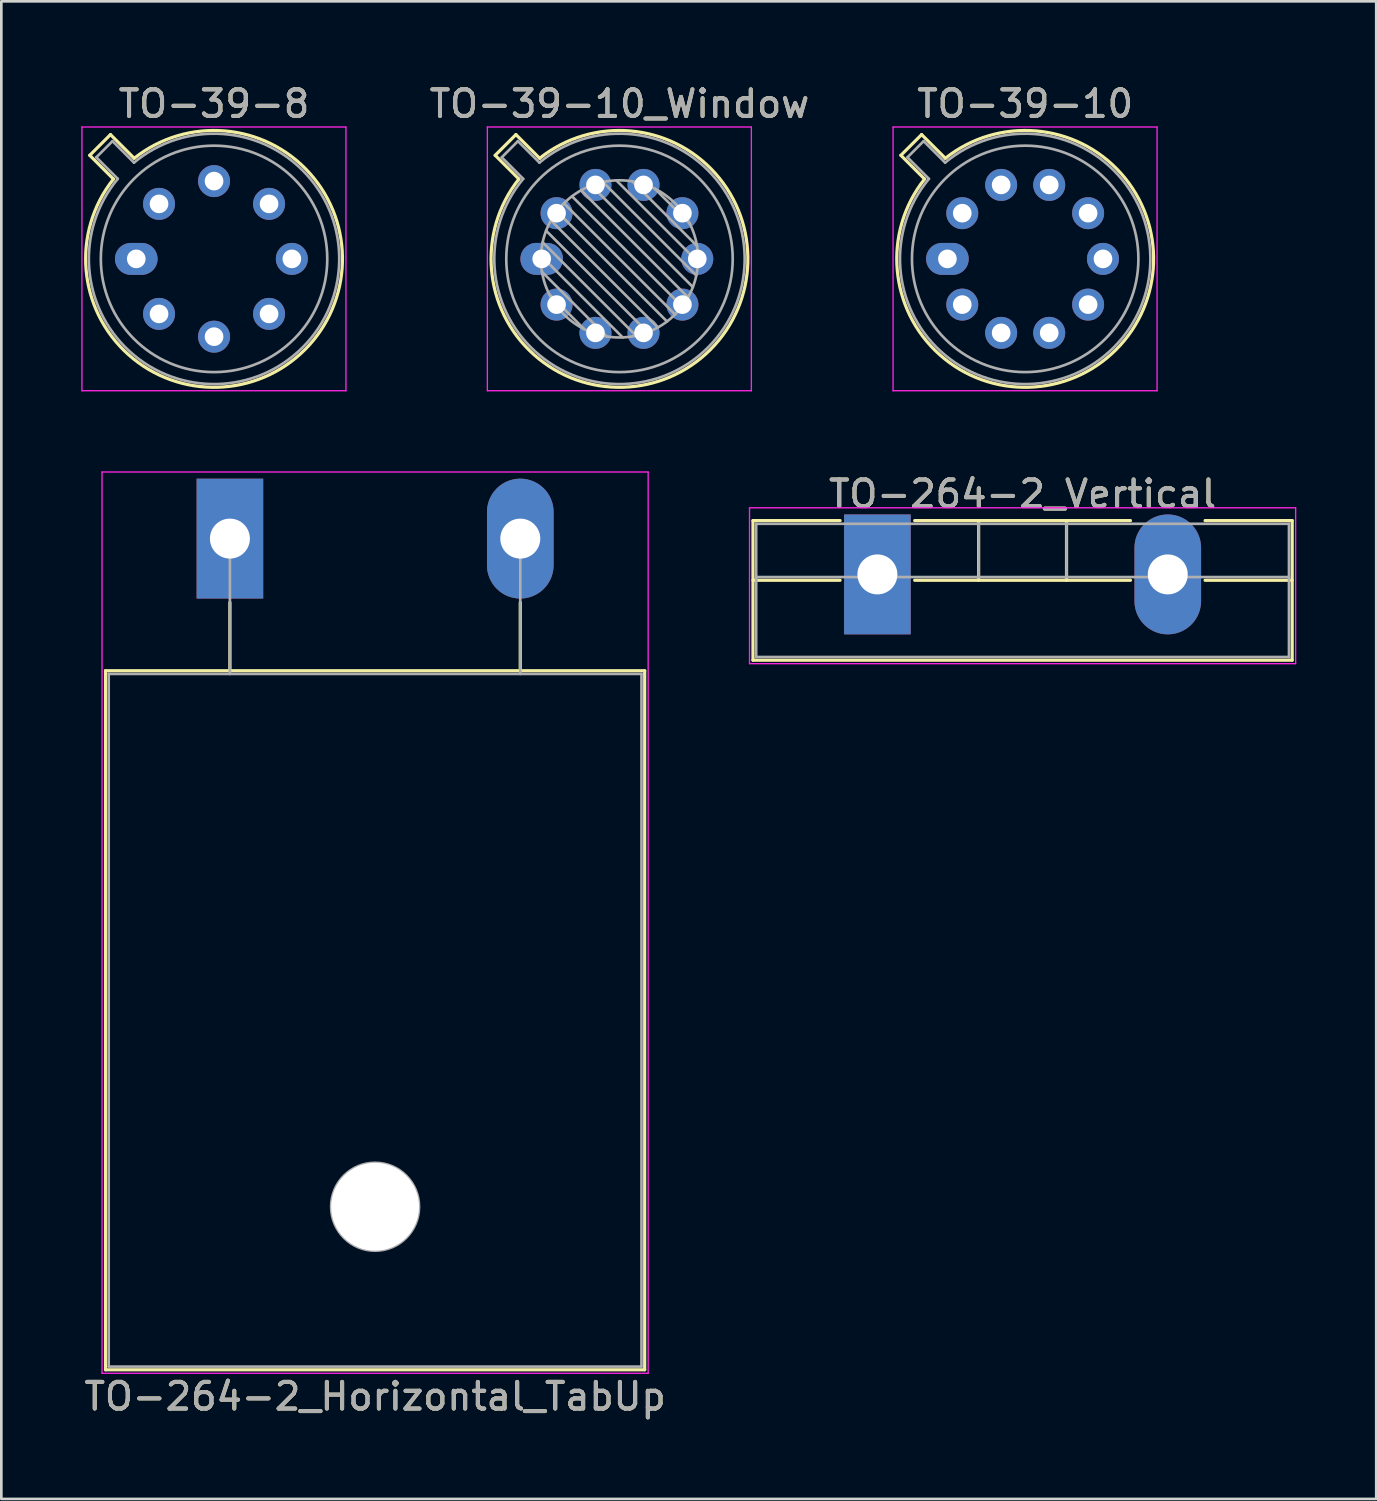
<source format=kicad_pcb>
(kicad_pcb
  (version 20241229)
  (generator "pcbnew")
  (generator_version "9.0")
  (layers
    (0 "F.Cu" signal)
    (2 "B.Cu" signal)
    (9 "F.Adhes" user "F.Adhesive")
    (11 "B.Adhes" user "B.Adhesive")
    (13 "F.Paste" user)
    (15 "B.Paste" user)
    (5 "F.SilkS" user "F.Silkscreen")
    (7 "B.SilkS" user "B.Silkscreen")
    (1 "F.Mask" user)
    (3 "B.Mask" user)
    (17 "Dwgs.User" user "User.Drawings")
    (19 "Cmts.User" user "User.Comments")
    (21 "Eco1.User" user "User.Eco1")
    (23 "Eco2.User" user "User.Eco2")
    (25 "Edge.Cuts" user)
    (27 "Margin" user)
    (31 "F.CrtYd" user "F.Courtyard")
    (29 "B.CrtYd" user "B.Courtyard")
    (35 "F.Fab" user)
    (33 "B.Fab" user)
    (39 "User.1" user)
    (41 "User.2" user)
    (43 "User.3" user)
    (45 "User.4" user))
  (footprint "TO-264-2_Horizontal_TabUp"
    (layer "F.Cu")
    (at 5.58 17.168)
    (property "Reference" "TO-264-2_Horizontal_TabUp" (at 5.45 32.2 0) (layer "F.SilkS") (effects (font (size 1 1) (thickness 0.15))))
    (attr through_hole)
    (fp_line (start -4.67 4.96) (end -4.67 31.2) (stroke (width 0.12) (type solid)) (layer "F.SilkS"))
    (fp_line (start -4.67 4.96) (end 15.57 4.96) (stroke (width 0.12) (type solid)) (layer "F.SilkS"))
    (fp_line (start -4.67 31.2) (end 15.57 31.2) (stroke (width 0.12) (type solid)) (layer "F.SilkS"))
    (fp_line (start 0 2.4) (end 0 4.96) (stroke (width 0.12) (type solid)) (layer "F.SilkS"))
    (fp_line (start 10.9 2.4) (end 10.9 4.96) (stroke (width 0.12) (type solid)) (layer "F.SilkS"))
    (fp_line (start 15.57 4.96) (end 15.57 31.2) (stroke (width 0.12) (type solid)) (layer "F.SilkS"))
    (fp_line (start -4.8 -2.5) (end -4.8 31.33) (stroke (width 0.05) (type solid)) (layer "F.CrtYd"))
    (fp_line (start -4.8 31.33) (end 15.7 31.33) (stroke (width 0.05) (type solid)) (layer "F.CrtYd"))
    (fp_line (start 15.7 -2.5) (end -4.8 -2.5) (stroke (width 0.05) (type solid)) (layer "F.CrtYd"))
    (fp_line (start 15.7 31.33) (end 15.7 -2.5) (stroke (width 0.05) (type solid)) (layer "F.CrtYd"))
    (fp_line (start -4.55 5.08) (end -4.55 31.08) (stroke (width 0.1) (type solid)) (layer "F.Fab"))
    (fp_line (start -4.55 31.08) (end 15.45 31.08) (stroke (width 0.1) (type solid)) (layer "F.Fab"))
    (fp_line (start 0 5.08) (end 0 0) (stroke (width 0.1) (type solid)) (layer "F.Fab"))
    (fp_line (start 10.9 5.08) (end 10.9 0) (stroke (width 0.1) (type solid)) (layer "F.Fab"))
    (fp_line (start 15.45 5.08) (end -4.55 5.08) (stroke (width 0.1) (type solid)) (layer "F.Fab"))
    (fp_line (start 15.45 31.08) (end 15.45 5.08) (stroke (width 0.1) (type solid)) (layer "F.Fab"))
    (fp_circle (center 5.45 25.08) (end 7.1 25.08) (stroke (width 0.1) (type solid)) (fill no) (layer "F.Fab"))
    (fp_text user "${REFERENCE}" (at 5.45 32.2 0) (layer "F.Fab") (effects (font (size 1 1) (thickness 0.15))))
    (pad "" np_thru_hole oval (at 5.45 25.08) (size 3.3 3.3) (drill 3.3) (layers "*.Cu" "*.Mask"))
    (pad "1" thru_hole rect (at 0 0) (size 2.5 4.5) (drill 1.5) (layers "*.Cu" "*.Mask"))
    (pad "2" thru_hole oval (at 10.9 0) (size 2.5 4.5) (drill 1.5) (layers "*.Cu" "*.Mask")))
  (footprint "TO-39-8"
    (layer "F.Cu")
    (at 2.065 6.668)
    (property "Reference" "TO-39-8" (at 2.92 -5.82 0) (layer "F.SilkS") (effects (font (size 1 1) (thickness 0.15))))
    (attr through_hole)
    (fp_line (start -1.746 -3.888) (end -0.855 -2.997) (stroke (width 0.12) (type solid)) (layer "F.SilkS"))
    (fp_line (start -0.968 -4.666) (end -1.746 -3.888) (stroke (width 0.12) (type solid)) (layer "F.SilkS"))
    (fp_line (start -0.077 -3.775) (end -0.968 -4.666) (stroke (width 0.12) (type solid)) (layer "F.SilkS"))
    (fp_arc (start -0.077084 -3.774902) (mid 6.328125 3.408384) (end -0.854674 -2.997371) (stroke (width 0.12) (type solid)) (layer "F.SilkS"))
    (fp_line (start -2.04 -4.95) (end -2.04 4.95) (stroke (width 0.05) (type solid)) (layer "F.CrtYd"))
    (fp_line (start -2.04 4.95) (end 7.87 4.95) (stroke (width 0.05) (type solid)) (layer "F.CrtYd"))
    (fp_line (start 7.87 -4.95) (end -2.04 -4.95) (stroke (width 0.05) (type solid)) (layer "F.CrtYd"))
    (fp_line (start 7.87 4.95) (end 7.87 -4.95) (stroke (width 0.05) (type solid)) (layer "F.CrtYd"))
    (fp_line (start -1.5 -3.812) (end -0.694 -3.005) (stroke (width 0.1) (type solid)) (layer "F.Fab"))
    (fp_line (start -0.892 -4.42) (end -1.5 -3.812) (stroke (width 0.1) (type solid)) (layer "F.Fab"))
    (fp_line (start -0.085 -3.614) (end -0.892 -4.42) (stroke (width 0.1) (type solid)) (layer "F.Fab"))
    (fp_arc (start -0.085408 -3.61352) (mid 6.243443 3.323361) (end -0.693594 -3.005319) (stroke (width 0.1) (type solid)) (layer "F.Fab"))
    (fp_circle (center 2.92 0) (end 7.17 0) (stroke (width 0.1) (type solid)) (fill no) (layer "F.Fab"))
    (fp_text user "${REFERENCE}" (at 2.92 -5.82 0) (layer "F.Fab") (effects (font (size 1 1) (thickness 0.15))))
    (pad "1" thru_hole oval (at 0 0) (size 1.6 1.2) (drill 0.7) (layers "*.Cu" "*.Mask"))
    (pad "2" thru_hole oval (at 0.855 2.065) (size 1.2 1.2) (drill 0.7) (layers "*.Cu" "*.Mask"))
    (pad "3" thru_hole oval (at 2.92 2.92) (size 1.2 1.2) (drill 0.7) (layers "*.Cu" "*.Mask"))
    (pad "4" thru_hole oval (at 4.985 2.065) (size 1.2 1.2) (drill 0.7) (layers "*.Cu" "*.Mask"))
    (pad "5" thru_hole oval (at 5.84 0) (size 1.2 1.2) (drill 0.7) (layers "*.Cu" "*.Mask"))
    (pad "6" thru_hole oval (at 4.985 -2.065) (size 1.2 1.2) (drill 0.7) (layers "*.Cu" "*.Mask"))
    (pad "7" thru_hole oval (at 2.92 -2.92) (size 1.2 1.2) (drill 0.7) (layers "*.Cu" "*.Mask"))
    (pad "8" thru_hole oval (at 0.855 -2.065) (size 1.2 1.2) (drill 0.7) (layers "*.Cu" "*.Mask")))
  (footprint "TO-39-10_Window"
    (layer "F.Cu")
    (at 17.284 6.668)
    (property "Reference" "TO-39-10_Window" (at 2.92 -5.82 0) (layer "F.SilkS") (effects (font (size 1 1) (thickness 0.15))))
    (attr through_hole)
    (fp_line (start -1.746 -3.888) (end -0.855 -2.997) (stroke (width 0.12) (type solid)) (layer "F.SilkS"))
    (fp_line (start -0.968 -4.666) (end -1.746 -3.888) (stroke (width 0.12) (type solid)) (layer "F.SilkS"))
    (fp_line (start -0.077 -3.775) (end -0.968 -4.666) (stroke (width 0.12) (type solid)) (layer "F.SilkS"))
    (fp_arc (start -0.077084 -3.774902) (mid 6.328125 3.408384) (end -0.854674 -2.997371) (stroke (width 0.12) (type solid)) (layer "F.SilkS"))
    (fp_line (start -2.04 -4.95) (end -2.04 4.95) (stroke (width 0.05) (type solid)) (layer "F.CrtYd"))
    (fp_line (start -2.04 4.95) (end 7.87 4.95) (stroke (width 0.05) (type solid)) (layer "F.CrtYd"))
    (fp_line (start 7.87 -4.95) (end -2.04 -4.95) (stroke (width 0.05) (type solid)) (layer "F.CrtYd"))
    (fp_line (start 7.87 4.95) (end 7.87 -4.95) (stroke (width 0.05) (type solid)) (layer "F.CrtYd"))
    (fp_line (start -1.5 -3.812) (end -0.694 -3.005) (stroke (width 0.1) (type solid)) (layer "F.Fab"))
    (fp_line (start -0.892 -4.42) (end -1.5 -3.812) (stroke (width 0.1) (type solid)) (layer "F.Fab"))
    (fp_line (start -0.085 -3.614) (end -0.892 -4.42) (stroke (width 0.1) (type solid)) (layer "F.Fab"))
    (fp_line (start -0.028 -0.12) (end 3.04 2.948) (stroke (width 0.1) (type solid)) (layer "F.Fab"))
    (fp_line (start 0.009 0.485) (end 2.435 2.911) (stroke (width 0.1) (type solid)) (layer "F.Fab"))
    (fp_line (start 0.036 -0.622) (end 3.542 2.884) (stroke (width 0.1) (type solid)) (layer "F.Fab"))
    (fp_line (start 0.165 -1.058) (end 3.978 2.755) (stroke (width 0.1) (type solid)) (layer "F.Fab"))
    (fp_line (start 0.283 1.324) (end 1.596 2.637) (stroke (width 0.1) (type solid)) (layer "F.Fab"))
    (fp_line (start 0.346 -1.443) (end 4.363 2.574) (stroke (width 0.1) (type solid)) (layer "F.Fab"))
    (fp_line (start 0.57 -1.784) (end 4.704 2.35) (stroke (width 0.1) (type solid)) (layer "F.Fab"))
    (fp_line (start 0.834 -2.086) (end 5.006 2.086) (stroke (width 0.1) (type solid)) (layer "F.Fab"))
    (fp_line (start 1.136 -2.35) (end 5.27 1.784) (stroke (width 0.1) (type solid)) (layer "F.Fab"))
    (fp_line (start 1.477 -2.574) (end 5.494 1.443) (stroke (width 0.1) (type solid)) (layer "F.Fab"))
    (fp_line (start 1.862 -2.755) (end 5.675 1.058) (stroke (width 0.1) (type solid)) (layer "F.Fab"))
    (fp_line (start 2.298 -2.884) (end 5.804 0.622) (stroke (width 0.1) (type solid)) (layer "F.Fab"))
    (fp_line (start 2.8 -2.948) (end 5.868 0.12) (stroke (width 0.1) (type solid)) (layer "F.Fab"))
    (fp_line (start 3.405 -2.911) (end 5.831 -0.485) (stroke (width 0.1) (type solid)) (layer "F.Fab"))
    (fp_line (start 4.244 -2.637) (end 5.557 -1.324) (stroke (width 0.1) (type solid)) (layer "F.Fab"))
    (fp_arc (start -0.085408 -3.61352) (mid 6.243443 3.323361) (end -0.693594 -3.005319) (stroke (width 0.1) (type solid)) (layer "F.Fab"))
    (fp_circle (center 2.92 0) (end 5.87 0) (stroke (width 0.1) (type solid)) (fill no) (layer "F.Fab"))
    (fp_circle (center 2.92 0) (end 7.17 0) (stroke (width 0.1) (type solid)) (fill no) (layer "F.Fab"))
    (fp_text user "${REFERENCE}" (at 2.92 -5.82 0) (layer "F.Fab") (effects (font (size 1 1) (thickness 0.15))))
    (pad "1" thru_hole oval (at 0 0) (size 1.6 1.2) (drill 0.7) (layers "*.Cu" "*.Mask"))
    (pad "2" thru_hole oval (at 0.558 1.716) (size 1.2 1.2) (drill 0.7) (layers "*.Cu" "*.Mask"))
    (pad "3" thru_hole oval (at 2.018 2.777) (size 1.2 1.2) (drill 0.7) (layers "*.Cu" "*.Mask"))
    (pad "4" thru_hole oval (at 3.822 2.777) (size 1.2 1.2) (drill 0.7) (layers "*.Cu" "*.Mask"))
    (pad "5" thru_hole oval (at 5.282 1.716) (size 1.2 1.2) (drill 0.7) (layers "*.Cu" "*.Mask"))
    (pad "6" thru_hole oval (at 5.84 0) (size 1.2 1.2) (drill 0.7) (layers "*.Cu" "*.Mask"))
    (pad "7" thru_hole oval (at 5.282 -1.716) (size 1.2 1.2) (drill 0.7) (layers "*.Cu" "*.Mask"))
    (pad "8" thru_hole oval (at 3.822 -2.777) (size 1.2 1.2) (drill 0.7) (layers "*.Cu" "*.Mask"))
    (pad "9" thru_hole oval (at 2.018 -2.777) (size 1.2 1.2) (drill 0.7) (layers "*.Cu" "*.Mask"))
    (pad "10" thru_hole oval (at 0.558 -1.716) (size 1.2 1.2) (drill 0.7) (layers "*.Cu" "*.Mask")))
  (footprint "TO-39-10"
    (layer "F.Cu")
    (at 32.513 6.668)
    (property "Reference" "TO-39-10" (at 2.92 -5.82 0) (layer "F.SilkS") (effects (font (size 1 1) (thickness 0.15))))
    (attr through_hole)
    (fp_line (start -1.746 -3.888) (end -0.855 -2.997) (stroke (width 0.12) (type solid)) (layer "F.SilkS"))
    (fp_line (start -0.968 -4.666) (end -1.746 -3.888) (stroke (width 0.12) (type solid)) (layer "F.SilkS"))
    (fp_line (start -0.077 -3.775) (end -0.968 -4.666) (stroke (width 0.12) (type solid)) (layer "F.SilkS"))
    (fp_arc (start -0.077084 -3.774902) (mid 6.328125 3.408384) (end -0.854674 -2.997371) (stroke (width 0.12) (type solid)) (layer "F.SilkS"))
    (fp_line (start -2.04 -4.95) (end -2.04 4.95) (stroke (width 0.05) (type solid)) (layer "F.CrtYd"))
    (fp_line (start -2.04 4.95) (end 7.87 4.95) (stroke (width 0.05) (type solid)) (layer "F.CrtYd"))
    (fp_line (start 7.87 -4.95) (end -2.04 -4.95) (stroke (width 0.05) (type solid)) (layer "F.CrtYd"))
    (fp_line (start 7.87 4.95) (end 7.87 -4.95) (stroke (width 0.05) (type solid)) (layer "F.CrtYd"))
    (fp_line (start -1.5 -3.812) (end -0.694 -3.005) (stroke (width 0.1) (type solid)) (layer "F.Fab"))
    (fp_line (start -0.892 -4.42) (end -1.5 -3.812) (stroke (width 0.1) (type solid)) (layer "F.Fab"))
    (fp_line (start -0.085 -3.614) (end -0.892 -4.42) (stroke (width 0.1) (type solid)) (layer "F.Fab"))
    (fp_arc (start -0.085408 -3.61352) (mid 6.243443 3.323361) (end -0.693594 -3.005319) (stroke (width 0.1) (type solid)) (layer "F.Fab"))
    (fp_circle (center 2.92 0) (end 7.17 0) (stroke (width 0.1) (type solid)) (fill no) (layer "F.Fab"))
    (fp_text user "${REFERENCE}" (at 2.92 -5.82 0) (layer "F.Fab") (effects (font (size 1 1) (thickness 0.15))))
    (pad "1" thru_hole oval (at 0 0) (size 1.6 1.2) (drill 0.7) (layers "*.Cu" "*.Mask"))
    (pad "2" thru_hole oval (at 0.558 1.716) (size 1.2 1.2) (drill 0.7) (layers "*.Cu" "*.Mask"))
    (pad "3" thru_hole oval (at 2.018 2.777) (size 1.2 1.2) (drill 0.7) (layers "*.Cu" "*.Mask"))
    (pad "4" thru_hole oval (at 3.822 2.777) (size 1.2 1.2) (drill 0.7) (layers "*.Cu" "*.Mask"))
    (pad "5" thru_hole oval (at 5.282 1.716) (size 1.2 1.2) (drill 0.7) (layers "*.Cu" "*.Mask"))
    (pad "6" thru_hole oval (at 5.84 0) (size 1.2 1.2) (drill 0.7) (layers "*.Cu" "*.Mask"))
    (pad "7" thru_hole oval (at 5.282 -1.716) (size 1.2 1.2) (drill 0.7) (layers "*.Cu" "*.Mask"))
    (pad "8" thru_hole oval (at 3.822 -2.777) (size 1.2 1.2) (drill 0.7) (layers "*.Cu" "*.Mask"))
    (pad "9" thru_hole oval (at 2.018 -2.777) (size 1.2 1.2) (drill 0.7) (layers "*.Cu" "*.Mask"))
    (pad "10" thru_hole oval (at 0.558 -1.716) (size 1.2 1.2) (drill 0.7) (layers "*.Cu" "*.Mask")))
  (footprint "TO-264-2_Vertical"
    (layer "F.Cu")
    (at 29.885 18.512)
    (property "Reference" "TO-264-2_Vertical" (at 5.45 -3.02 0) (layer "F.SilkS") (effects (font (size 1 1) (thickness 0.15))))
    (attr through_hole)
    (fp_line (start -4.67 -2.021) (end -4.67 3.22) (stroke (width 0.12) (type solid)) (layer "F.SilkS"))
    (fp_line (start -4.67 -2.021) (end -1.4 -2.021) (stroke (width 0.12) (type solid)) (layer "F.SilkS"))
    (fp_line (start -4.67 0.22) (end -1.4 0.22) (stroke (width 0.12) (type solid)) (layer "F.SilkS"))
    (fp_line (start -4.67 3.22) (end 15.57 3.22) (stroke (width 0.12) (type solid)) (layer "F.SilkS"))
    (fp_line (start 1.4 -2.021) (end 9.5 -2.021) (stroke (width 0.12) (type solid)) (layer "F.SilkS"))
    (fp_line (start 1.4 0.22) (end 9.5 0.22) (stroke (width 0.12) (type solid)) (layer "F.SilkS"))
    (fp_line (start 3.8 -2.021) (end 3.8 0.22) (stroke (width 0.12) (type solid)) (layer "F.SilkS"))
    (fp_line (start 7.1 -2.021) (end 7.1 0.22) (stroke (width 0.12) (type solid)) (layer "F.SilkS"))
    (fp_line (start 12.3 -2.021) (end 15.57 -2.021) (stroke (width 0.12) (type solid)) (layer "F.SilkS"))
    (fp_line (start 12.3 0.22) (end 15.57 0.22) (stroke (width 0.12) (type solid)) (layer "F.SilkS"))
    (fp_line (start 15.57 -2.021) (end 15.57 3.22) (stroke (width 0.12) (type solid)) (layer "F.SilkS"))
    (fp_line (start -4.8 -2.5) (end -4.8 3.35) (stroke (width 0.05) (type solid)) (layer "F.CrtYd"))
    (fp_line (start -4.8 3.35) (end 15.7 3.35) (stroke (width 0.05) (type solid)) (layer "F.CrtYd"))
    (fp_line (start 15.7 -2.5) (end -4.8 -2.5) (stroke (width 0.05) (type solid)) (layer "F.CrtYd"))
    (fp_line (start 15.7 3.35) (end 15.7 -2.5) (stroke (width 0.05) (type solid)) (layer "F.CrtYd"))
    (fp_line (start -4.55 -1.9) (end -4.55 3.1) (stroke (width 0.1) (type solid)) (layer "F.Fab"))
    (fp_line (start -4.55 0.1) (end 15.45 0.1) (stroke (width 0.1) (type solid)) (layer "F.Fab"))
    (fp_line (start -4.55 3.1) (end 15.45 3.1) (stroke (width 0.1) (type solid)) (layer "F.Fab"))
    (fp_line (start 3.8 -1.9) (end 3.8 0.1) (stroke (width 0.1) (type solid)) (layer "F.Fab"))
    (fp_line (start 7.1 -1.9) (end 7.1 0.1) (stroke (width 0.1) (type solid)) (layer "F.Fab"))
    (fp_line (start 15.45 -1.9) (end -4.55 -1.9) (stroke (width 0.1) (type solid)) (layer "F.Fab"))
    (fp_line (start 15.45 3.1) (end 15.45 -1.9) (stroke (width 0.1) (type solid)) (layer "F.Fab"))
    (fp_text user "${REFERENCE}" (at 5.45 -3.02 0) (layer "F.Fab") (effects (font (size 1 1) (thickness 0.15))))
    (pad "1" thru_hole rect (at 0 0) (size 2.5 4.5) (drill 1.5) (layers "*.Cu" "*.Mask"))
    (pad "2" thru_hole oval (at 10.9 0) (size 2.5 4.5) (drill 1.5) (layers "*.Cu" "*.Mask")))
  (gr_rect
    (start -3 -3)
    (end 48.61 53.217)
    (stroke (width 0.1) (type default))
    (fill no)
    (layer "Edge.Cuts")))
</source>
